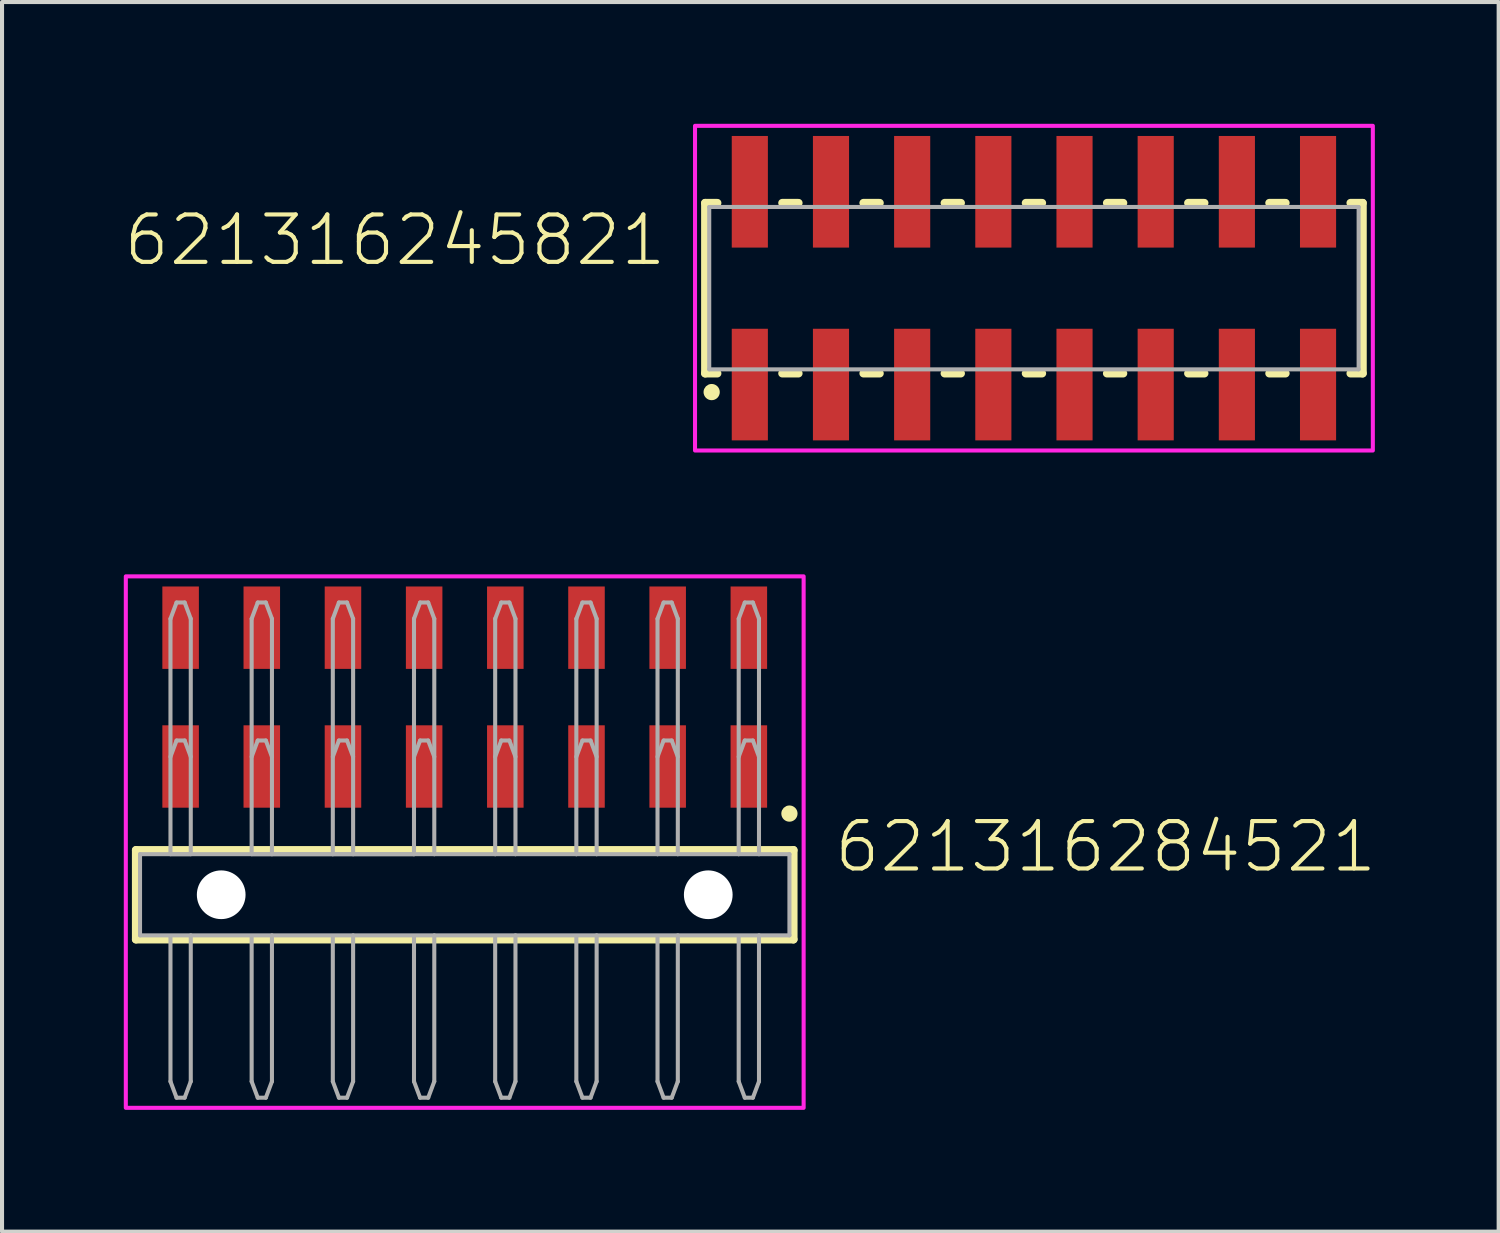
<source format=kicad_pcb>
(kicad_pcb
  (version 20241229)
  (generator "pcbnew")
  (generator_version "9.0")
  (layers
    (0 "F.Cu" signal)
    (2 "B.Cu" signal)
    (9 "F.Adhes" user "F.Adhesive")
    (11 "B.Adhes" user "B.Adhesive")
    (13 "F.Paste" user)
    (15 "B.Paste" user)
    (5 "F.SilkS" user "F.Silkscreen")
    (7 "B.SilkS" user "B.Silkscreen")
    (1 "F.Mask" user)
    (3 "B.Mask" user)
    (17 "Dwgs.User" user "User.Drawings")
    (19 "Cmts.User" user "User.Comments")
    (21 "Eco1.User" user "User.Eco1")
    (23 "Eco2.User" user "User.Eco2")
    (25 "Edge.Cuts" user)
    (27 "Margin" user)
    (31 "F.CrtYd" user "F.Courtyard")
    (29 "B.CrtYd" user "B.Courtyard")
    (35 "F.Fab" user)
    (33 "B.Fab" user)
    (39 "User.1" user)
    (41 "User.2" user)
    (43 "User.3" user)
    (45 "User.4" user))
  (footprint "621316284521"
    (layer "F.Cu")
    (at 8.4 18.995)
    (property "Reference" "621316284521" (at 9.05 -0.5 0) (unlocked yes) (layer "F.SilkS") (effects (font (size 1.168 1.168) (thickness 0.102)) (justify left bottom)))
    (fp_line (start -8.1 -1.1) (end 8.1 -1.1) (stroke (width 0.2) (type solid)) (layer "F.SilkS"))
    (fp_line (start -8.1 1.1) (end -8.1 -1.1) (stroke (width 0.2) (type solid)) (layer "F.SilkS"))
    (fp_line (start 8.1 -1.1) (end 8.1 1.1) (stroke (width 0.2) (type solid)) (layer "F.SilkS"))
    (fp_line (start 8.1 1.1) (end -8.1 1.1) (stroke (width 0.2) (type solid)) (layer "F.SilkS"))
    (fp_circle (center 8 -2) (end 8.1 -2) (stroke (width 0.2) (type solid)) (fill no) (layer "F.SilkS"))
    (fp_poly (pts (xy 8.35 5.25) (xy -8.35 5.25) (xy -8.35 -7.845) (xy 8.35 -7.845)) (stroke (width 0.1) (type default)) (fill no) (layer "F.CrtYd"))
    (fp_line (start -8 -1) (end -1.25 -1) (stroke (width 0.1) (type solid)) (layer "F.Fab"))
    (fp_line (start -8 1) (end -8 -1) (stroke (width 0.1) (type solid)) (layer "F.Fab"))
    (fp_line (start -7.25 -6.8) (end -7.1 -7.2) (stroke (width 0.1) (type solid)) (layer "F.Fab"))
    (fp_line (start -7.25 -3.4) (end -7.1 -3.8) (stroke (width 0.1) (type solid)) (layer "F.Fab"))
    (fp_line (start -7.25 -1) (end -7.25 -6.8) (stroke (width 0.1) (type solid)) (layer "F.Fab"))
    (fp_line (start -7.25 -1) (end -6.75 -1) (stroke (width 0.1) (type solid)) (layer "F.Fab"))
    (fp_line (start -7.25 1.02) (end -7.25 4.6) (stroke (width 0.1) (type solid)) (layer "F.Fab"))
    (fp_line (start -7.25 4.6) (end -7.1 5) (stroke (width 0.1) (type solid)) (layer "F.Fab"))
    (fp_line (start -7.1 -7.2) (end -6.9 -7.2) (stroke (width 0.1) (type solid)) (layer "F.Fab"))
    (fp_line (start -7.1 -3.8) (end -6.9 -3.8) (stroke (width 0.1) (type solid)) (layer "F.Fab"))
    (fp_line (start -6.9 5) (end -7.1 5) (stroke (width 0.1) (type solid)) (layer "F.Fab"))
    (fp_line (start -6.75 -6.8) (end -6.9 -7.2) (stroke (width 0.1) (type solid)) (layer "F.Fab"))
    (fp_line (start -6.75 -6.8) (end -6.75 -1) (stroke (width 0.1) (type solid)) (layer "F.Fab"))
    (fp_line (start -6.75 -3.4) (end -6.9 -3.8) (stroke (width 0.1) (type solid)) (layer "F.Fab"))
    (fp_line (start -6.75 4.6) (end -6.9 5) (stroke (width 0.1) (type solid)) (layer "F.Fab"))
    (fp_line (start -6.75 4.6) (end -6.75 1) (stroke (width 0.1) (type solid)) (layer "F.Fab"))
    (fp_line (start -5.25 -6.8) (end -5.1 -7.2) (stroke (width 0.1) (type solid)) (layer "F.Fab"))
    (fp_line (start -5.25 -3.4) (end -5.1 -3.8) (stroke (width 0.1) (type solid)) (layer "F.Fab"))
    (fp_line (start -5.25 -1) (end -5.25 -6.8) (stroke (width 0.1) (type solid)) (layer "F.Fab"))
    (fp_line (start -5.25 -1) (end -4.75 -1) (stroke (width 0.1) (type solid)) (layer "F.Fab"))
    (fp_line (start -5.25 1.02) (end -5.25 4.6) (stroke (width 0.1) (type solid)) (layer "F.Fab"))
    (fp_line (start -5.25 4.6) (end -5.1 5) (stroke (width 0.1) (type solid)) (layer "F.Fab"))
    (fp_line (start -5.1 -7.2) (end -4.9 -7.2) (stroke (width 0.1) (type solid)) (layer "F.Fab"))
    (fp_line (start -5.1 -3.8) (end -4.9 -3.8) (stroke (width 0.1) (type solid)) (layer "F.Fab"))
    (fp_line (start -4.9 5) (end -5.1 5) (stroke (width 0.1) (type solid)) (layer "F.Fab"))
    (fp_line (start -4.75 -6.8) (end -4.9 -7.2) (stroke (width 0.1) (type solid)) (layer "F.Fab"))
    (fp_line (start -4.75 -6.8) (end -4.75 -1) (stroke (width 0.1) (type solid)) (layer "F.Fab"))
    (fp_line (start -4.75 -3.4) (end -4.9 -3.8) (stroke (width 0.1) (type solid)) (layer "F.Fab"))
    (fp_line (start -4.75 -1) (end -3.25 -1) (stroke (width 0.1) (type solid)) (layer "F.Fab"))
    (fp_line (start -4.75 4.6) (end -4.9 5) (stroke (width 0.1) (type solid)) (layer "F.Fab"))
    (fp_line (start -4.75 4.6) (end -4.75 1) (stroke (width 0.1) (type solid)) (layer "F.Fab"))
    (fp_line (start -3.25 -6.8) (end -3.1 -7.2) (stroke (width 0.1) (type solid)) (layer "F.Fab"))
    (fp_line (start -3.25 -3.4) (end -3.1 -3.8) (stroke (width 0.1) (type solid)) (layer "F.Fab"))
    (fp_line (start -3.25 -1) (end -3.25 -6.8) (stroke (width 0.1) (type solid)) (layer "F.Fab"))
    (fp_line (start -3.25 -1) (end -2.75 -1) (stroke (width 0.1) (type solid)) (layer "F.Fab"))
    (fp_line (start -3.25 1.02) (end -3.25 4.6) (stroke (width 0.1) (type solid)) (layer "F.Fab"))
    (fp_line (start -3.25 4.6) (end -3.1 5) (stroke (width 0.1) (type solid)) (layer "F.Fab"))
    (fp_line (start -3.1 -7.2) (end -2.9 -7.2) (stroke (width 0.1) (type solid)) (layer "F.Fab"))
    (fp_line (start -3.1 -3.8) (end -2.9 -3.8) (stroke (width 0.1) (type solid)) (layer "F.Fab"))
    (fp_line (start -2.9 5) (end -3.1 5) (stroke (width 0.1) (type solid)) (layer "F.Fab"))
    (fp_line (start -2.75 -6.8) (end -2.9 -7.2) (stroke (width 0.1) (type solid)) (layer "F.Fab"))
    (fp_line (start -2.75 -6.8) (end -2.75 -1) (stroke (width 0.1) (type solid)) (layer "F.Fab"))
    (fp_line (start -2.75 -3.4) (end -2.9 -3.8) (stroke (width 0.1) (type solid)) (layer "F.Fab"))
    (fp_line (start -2.75 -1) (end -1.25 -1) (stroke (width 0.1) (type solid)) (layer "F.Fab"))
    (fp_line (start -2.75 4.6) (end -2.9 5) (stroke (width 0.1) (type solid)) (layer "F.Fab"))
    (fp_line (start -2.75 4.6) (end -2.75 1) (stroke (width 0.1) (type solid)) (layer "F.Fab"))
    (fp_line (start -1.25 -6.8) (end -1.1 -7.2) (stroke (width 0.1) (type solid)) (layer "F.Fab"))
    (fp_line (start -1.25 -3.4) (end -1.1 -3.8) (stroke (width 0.1) (type solid)) (layer "F.Fab"))
    (fp_line (start -1.25 -1) (end -1.25 -6.8) (stroke (width 0.1) (type solid)) (layer "F.Fab"))
    (fp_line (start -1.25 -1) (end -0.75 -1) (stroke (width 0.1) (type solid)) (layer "F.Fab"))
    (fp_line (start -1.25 1.02) (end -1.25 4.6) (stroke (width 0.1) (type solid)) (layer "F.Fab"))
    (fp_line (start -1.25 4.6) (end -1.1 5) (stroke (width 0.1) (type solid)) (layer "F.Fab"))
    (fp_line (start -1.1 -7.2) (end -0.9 -7.2) (stroke (width 0.1) (type solid)) (layer "F.Fab"))
    (fp_line (start -1.1 -3.8) (end -0.9 -3.8) (stroke (width 0.1) (type solid)) (layer "F.Fab"))
    (fp_line (start -0.9 5) (end -1.1 5) (stroke (width 0.1) (type solid)) (layer "F.Fab"))
    (fp_line (start -0.75 -6.8) (end -0.9 -7.2) (stroke (width 0.1) (type solid)) (layer "F.Fab"))
    (fp_line (start -0.75 -6.8) (end -0.75 -1) (stroke (width 0.1) (type solid)) (layer "F.Fab"))
    (fp_line (start -0.75 -3.4) (end -0.9 -3.8) (stroke (width 0.1) (type solid)) (layer "F.Fab"))
    (fp_line (start -0.75 -1) (end 0.75 -1) (stroke (width 0.1) (type solid)) (layer "F.Fab"))
    (fp_line (start -0.75 4.6) (end -0.9 5) (stroke (width 0.1) (type solid)) (layer "F.Fab"))
    (fp_line (start -0.75 4.6) (end -0.75 1) (stroke (width 0.1) (type solid)) (layer "F.Fab"))
    (fp_line (start 0.75 -6.8) (end 0.9 -7.2) (stroke (width 0.1) (type solid)) (layer "F.Fab"))
    (fp_line (start 0.75 -3.4) (end 0.9 -3.8) (stroke (width 0.1) (type solid)) (layer "F.Fab"))
    (fp_line (start 0.75 -1) (end 0.75 -6.8) (stroke (width 0.1) (type solid)) (layer "F.Fab"))
    (fp_line (start 0.75 -1) (end 1.25 -1) (stroke (width 0.1) (type solid)) (layer "F.Fab"))
    (fp_line (start 0.75 1.02) (end 0.75 4.6) (stroke (width 0.1) (type solid)) (layer "F.Fab"))
    (fp_line (start 0.75 4.6) (end 0.9 5) (stroke (width 0.1) (type solid)) (layer "F.Fab"))
    (fp_line (start 0.9 -7.2) (end 1.1 -7.2) (stroke (width 0.1) (type solid)) (layer "F.Fab"))
    (fp_line (start 0.9 -3.8) (end 1.1 -3.8) (stroke (width 0.1) (type solid)) (layer "F.Fab"))
    (fp_line (start 1.1 5) (end 0.9 5) (stroke (width 0.1) (type solid)) (layer "F.Fab"))
    (fp_line (start 1.25 -6.8) (end 1.1 -7.2) (stroke (width 0.1) (type solid)) (layer "F.Fab"))
    (fp_line (start 1.25 -6.8) (end 1.25 -1) (stroke (width 0.1) (type solid)) (layer "F.Fab"))
    (fp_line (start 1.25 -3.4) (end 1.1 -3.8) (stroke (width 0.1) (type solid)) (layer "F.Fab"))
    (fp_line (start 1.25 -1) (end 2.75 -1) (stroke (width 0.1) (type solid)) (layer "F.Fab"))
    (fp_line (start 1.25 4.6) (end 1.1 5) (stroke (width 0.1) (type solid)) (layer "F.Fab"))
    (fp_line (start 1.25 4.6) (end 1.25 1) (stroke (width 0.1) (type solid)) (layer "F.Fab"))
    (fp_line (start 2.75 -6.8) (end 2.9 -7.2) (stroke (width 0.1) (type solid)) (layer "F.Fab"))
    (fp_line (start 2.75 -3.4) (end 2.9 -3.8) (stroke (width 0.1) (type solid)) (layer "F.Fab"))
    (fp_line (start 2.75 -1) (end 2.75 -6.8) (stroke (width 0.1) (type solid)) (layer "F.Fab"))
    (fp_line (start 2.75 -1) (end 3.25 -1) (stroke (width 0.1) (type solid)) (layer "F.Fab"))
    (fp_line (start 2.75 1.02) (end 2.75 4.6) (stroke (width 0.1) (type solid)) (layer "F.Fab"))
    (fp_line (start 2.75 4.6) (end 2.9 5) (stroke (width 0.1) (type solid)) (layer "F.Fab"))
    (fp_line (start 2.9 -7.2) (end 3.1 -7.2) (stroke (width 0.1) (type solid)) (layer "F.Fab"))
    (fp_line (start 2.9 -3.8) (end 3.1 -3.8) (stroke (width 0.1) (type solid)) (layer "F.Fab"))
    (fp_line (start 3.1 5) (end 2.9 5) (stroke (width 0.1) (type solid)) (layer "F.Fab"))
    (fp_line (start 3.25 -6.8) (end 3.1 -7.2) (stroke (width 0.1) (type solid)) (layer "F.Fab"))
    (fp_line (start 3.25 -6.8) (end 3.25 -1) (stroke (width 0.1) (type solid)) (layer "F.Fab"))
    (fp_line (start 3.25 -3.4) (end 3.1 -3.8) (stroke (width 0.1) (type solid)) (layer "F.Fab"))
    (fp_line (start 3.25 -1) (end 4.75 -1) (stroke (width 0.1) (type solid)) (layer "F.Fab"))
    (fp_line (start 3.25 4.6) (end 3.1 5) (stroke (width 0.1) (type solid)) (layer "F.Fab"))
    (fp_line (start 3.25 4.6) (end 3.25 1) (stroke (width 0.1) (type solid)) (layer "F.Fab"))
    (fp_line (start 4.75 -6.8) (end 4.9 -7.2) (stroke (width 0.1) (type solid)) (layer "F.Fab"))
    (fp_line (start 4.75 -3.4) (end 4.9 -3.8) (stroke (width 0.1) (type solid)) (layer "F.Fab"))
    (fp_line (start 4.75 -1) (end 4.75 -6.8) (stroke (width 0.1) (type solid)) (layer "F.Fab"))
    (fp_line (start 4.75 -1) (end 5.25 -1) (stroke (width 0.1) (type solid)) (layer "F.Fab"))
    (fp_line (start 4.75 1.02) (end 4.75 4.6) (stroke (width 0.1) (type solid)) (layer "F.Fab"))
    (fp_line (start 4.75 4.6) (end 4.9 5) (stroke (width 0.1) (type solid)) (layer "F.Fab"))
    (fp_line (start 4.9 -7.2) (end 5.1 -7.2) (stroke (width 0.1) (type solid)) (layer "F.Fab"))
    (fp_line (start 4.9 -3.8) (end 5.1 -3.8) (stroke (width 0.1) (type solid)) (layer "F.Fab"))
    (fp_line (start 5.1 5) (end 4.9 5) (stroke (width 0.1) (type solid)) (layer "F.Fab"))
    (fp_line (start 5.25 -6.8) (end 5.1 -7.2) (stroke (width 0.1) (type solid)) (layer "F.Fab"))
    (fp_line (start 5.25 -6.8) (end 5.25 -1) (stroke (width 0.1) (type solid)) (layer "F.Fab"))
    (fp_line (start 5.25 -3.4) (end 5.1 -3.8) (stroke (width 0.1) (type solid)) (layer "F.Fab"))
    (fp_line (start 5.25 -1) (end 6.75 -1) (stroke (width 0.1) (type solid)) (layer "F.Fab"))
    (fp_line (start 5.25 4.6) (end 5.1 5) (stroke (width 0.1) (type solid)) (layer "F.Fab"))
    (fp_line (start 5.25 4.6) (end 5.25 1) (stroke (width 0.1) (type solid)) (layer "F.Fab"))
    (fp_line (start 6.75 -6.8) (end 6.9 -7.2) (stroke (width 0.1) (type solid)) (layer "F.Fab"))
    (fp_line (start 6.75 -3.4) (end 6.9 -3.8) (stroke (width 0.1) (type solid)) (layer "F.Fab"))
    (fp_line (start 6.75 -1) (end 6.75 -6.8) (stroke (width 0.1) (type solid)) (layer "F.Fab"))
    (fp_line (start 6.75 -1) (end 7.25 -1) (stroke (width 0.1) (type solid)) (layer "F.Fab"))
    (fp_line (start 6.75 1.02) (end 6.75 4.6) (stroke (width 0.1) (type solid)) (layer "F.Fab"))
    (fp_line (start 6.75 4.6) (end 6.9 5) (stroke (width 0.1) (type solid)) (layer "F.Fab"))
    (fp_line (start 6.9 -7.2) (end 7.1 -7.2) (stroke (width 0.1) (type solid)) (layer "F.Fab"))
    (fp_line (start 6.9 -3.8) (end 7.1 -3.8) (stroke (width 0.1) (type solid)) (layer "F.Fab"))
    (fp_line (start 7.1 5) (end 6.9 5) (stroke (width 0.1) (type solid)) (layer "F.Fab"))
    (fp_line (start 7.25 -6.8) (end 7.1 -7.2) (stroke (width 0.1) (type solid)) (layer "F.Fab"))
    (fp_line (start 7.25 -6.8) (end 7.25 -1) (stroke (width 0.1) (type solid)) (layer "F.Fab"))
    (fp_line (start 7.25 -3.4) (end 7.1 -3.8) (stroke (width 0.1) (type solid)) (layer "F.Fab"))
    (fp_line (start 7.25 -1) (end 8 -1) (stroke (width 0.1) (type solid)) (layer "F.Fab"))
    (fp_line (start 7.25 4.6) (end 7.1 5) (stroke (width 0.1) (type solid)) (layer "F.Fab"))
    (fp_line (start 7.25 4.6) (end 7.25 1) (stroke (width 0.1) (type solid)) (layer "F.Fab"))
    (fp_line (start 8 -1) (end 8 1) (stroke (width 0.1) (type solid)) (layer "F.Fab"))
    (fp_line (start 8 1) (end -8 1) (stroke (width 0.1) (type solid)) (layer "F.Fab"))
    (pad "" np_thru_hole circle (at -6 0) (size 1.2 1.2) (drill 1.2) (layers "*.Cu" "*.Mask"))
    (pad "" np_thru_hole circle (at 6 0) (size 1.2 1.2) (drill 1.2) (layers "*.Cu" "*.Mask"))
    (pad "1" smd rect (at 7 -3.16) (size 0.9 2.03) (layers "F.Cu" "F.Mask" "F.Paste"))
    (pad "2" smd rect (at 7 -6.58) (size 0.9 2.03) (layers "F.Cu" "F.Mask" "F.Paste"))
    (pad "3" smd rect (at 5 -3.16) (size 0.9 2.03) (layers "F.Cu" "F.Mask" "F.Paste"))
    (pad "4" smd rect (at 5 -6.58) (size 0.9 2.03) (layers "F.Cu" "F.Mask" "F.Paste"))
    (pad "5" smd rect (at 3 -3.16) (size 0.9 2.03) (layers "F.Cu" "F.Mask" "F.Paste"))
    (pad "6" smd rect (at 3 -6.58) (size 0.9 2.03) (layers "F.Cu" "F.Mask" "F.Paste"))
    (pad "7" smd rect (at 1 -3.16) (size 0.9 2.03) (layers "F.Cu" "F.Mask" "F.Paste"))
    (pad "8" smd rect (at 1 -6.58) (size 0.9 2.03) (layers "F.Cu" "F.Mask" "F.Paste"))
    (pad "9" smd rect (at -1 -3.16) (size 0.9 2.03) (layers "F.Cu" "F.Mask" "F.Paste"))
    (pad "10" smd rect (at -1 -6.58) (size 0.9 2.03) (layers "F.Cu" "F.Mask" "F.Paste"))
    (pad "11" smd rect (at -3 -3.16) (size 0.9 2.03) (layers "F.Cu" "F.Mask" "F.Paste"))
    (pad "12" smd rect (at -3 -6.58) (size 0.9 2.03) (layers "F.Cu" "F.Mask" "F.Paste"))
    (pad "13" smd rect (at -5 -3.16) (size 0.9 2.03) (layers "F.Cu" "F.Mask" "F.Paste"))
    (pad "14" smd rect (at -5 -6.58) (size 0.9 2.03) (layers "F.Cu" "F.Mask" "F.Paste"))
    (pad "15" smd rect (at -7 -3.16) (size 0.9 2.03) (layers "F.Cu" "F.Mask" "F.Paste"))
    (pad "16" smd rect (at -7 -6.58) (size 0.9 2.03) (layers "F.Cu" "F.Mask" "F.Paste")))
  (footprint "621316245821"
    (layer "F.Cu")
    (at 22.424 4.05)
    (property "Reference" "621316245821" (at -9 -0.5 0) (unlocked yes) (layer "F.SilkS") (effects (font (size 1.168 1.168) (thickness 0.102)) (justify right bottom)))
    (fp_line (start -8.1 -2.1) (end -8.1 2.1) (stroke (width 0.2) (type solid)) (layer "F.SilkS"))
    (fp_line (start -8.1 2.1) (end -7.8 2.1) (stroke (width 0.2) (type solid)) (layer "F.SilkS"))
    (fp_line (start -7.8 -2.1) (end -8.1 -2.1) (stroke (width 0.2) (type solid)) (layer "F.SilkS"))
    (fp_line (start -6.2 -2.1) (end -5.8 -2.1) (stroke (width 0.2) (type solid)) (layer "F.SilkS"))
    (fp_line (start -5.8 2.1) (end -6.2 2.1) (stroke (width 0.2) (type solid)) (layer "F.SilkS"))
    (fp_line (start -4.2 -2.1) (end -3.8 -2.1) (stroke (width 0.2) (type solid)) (layer "F.SilkS"))
    (fp_line (start -3.8 2.1) (end -4.2 2.1) (stroke (width 0.2) (type solid)) (layer "F.SilkS"))
    (fp_line (start -2.2 -2.1) (end -1.8 -2.1) (stroke (width 0.2) (type solid)) (layer "F.SilkS"))
    (fp_line (start -1.8 2.1) (end -2.2 2.1) (stroke (width 0.2) (type solid)) (layer "F.SilkS"))
    (fp_line (start -0.2 -2.1) (end 0.2 -2.1) (stroke (width 0.2) (type solid)) (layer "F.SilkS"))
    (fp_line (start 0.2 2.1) (end -0.2 2.1) (stroke (width 0.2) (type solid)) (layer "F.SilkS"))
    (fp_line (start 1.8 -2.1) (end 2.2 -2.1) (stroke (width 0.2) (type solid)) (layer "F.SilkS"))
    (fp_line (start 2.2 2.1) (end 1.8 2.1) (stroke (width 0.2) (type solid)) (layer "F.SilkS"))
    (fp_line (start 3.8 -2.1) (end 4.2 -2.1) (stroke (width 0.2) (type solid)) (layer "F.SilkS"))
    (fp_line (start 4.2 2.1) (end 3.8 2.1) (stroke (width 0.2) (type solid)) (layer "F.SilkS"))
    (fp_line (start 5.8 -2.1) (end 6.2 -2.1) (stroke (width 0.2) (type solid)) (layer "F.SilkS"))
    (fp_line (start 6.2 2.1) (end 5.8 2.1) (stroke (width 0.2) (type solid)) (layer "F.SilkS"))
    (fp_line (start 7.8 -2.1) (end 8.1 -2.1) (stroke (width 0.2) (type solid)) (layer "F.SilkS"))
    (fp_line (start 8.1 -2.1) (end 8.1 2.1) (stroke (width 0.2) (type solid)) (layer "F.SilkS"))
    (fp_line (start 8.1 2.1) (end 7.8 2.1) (stroke (width 0.2) (type solid)) (layer "F.SilkS"))
    (fp_circle (center -7.94 2.56) (end -7.84 2.56) (stroke (width 0.2) (type solid)) (fill no) (layer "F.SilkS"))
    (fp_poly (pts (xy 8.35 4) (xy -8.35 4) (xy -8.35 -4) (xy 8.35 -4)) (stroke (width 0.1) (type default)) (fill no) (layer "F.CrtYd"))
    (fp_line (start -8 -2) (end 8 -2) (stroke (width 0.1) (type solid)) (layer "F.Fab"))
    (fp_line (start -8 2) (end -8 -2) (stroke (width 0.1) (type solid)) (layer "F.Fab"))
    (fp_line (start 8 -2) (end 8 2) (stroke (width 0.1) (type solid)) (layer "F.Fab"))
    (fp_line (start 8 2) (end -8 2) (stroke (width 0.1) (type solid)) (layer "F.Fab"))
    (pad "1" smd rect (at -7 2.375) (size 0.89 2.75) (layers "F.Cu" "F.Mask" "F.Paste"))
    (pad "2" smd rect (at -7 -2.375) (size 0.89 2.75) (layers "F.Cu" "F.Mask" "F.Paste"))
    (pad "3" smd rect (at -5 2.375) (size 0.89 2.75) (layers "F.Cu" "F.Mask" "F.Paste"))
    (pad "4" smd rect (at -5 -2.375) (size 0.89 2.75) (layers "F.Cu" "F.Mask" "F.Paste"))
    (pad "5" smd rect (at -3 2.375) (size 0.89 2.75) (layers "F.Cu" "F.Mask" "F.Paste"))
    (pad "6" smd rect (at -3 -2.375) (size 0.89 2.75) (layers "F.Cu" "F.Mask" "F.Paste"))
    (pad "7" smd rect (at -1 2.375) (size 0.89 2.75) (layers "F.Cu" "F.Mask" "F.Paste"))
    (pad "8" smd rect (at -1 -2.375) (size 0.89 2.75) (layers "F.Cu" "F.Mask" "F.Paste"))
    (pad "9" smd rect (at 1 2.375) (size 0.89 2.75) (layers "F.Cu" "F.Mask" "F.Paste"))
    (pad "10" smd rect (at 1 -2.375) (size 0.89 2.75) (layers "F.Cu" "F.Mask" "F.Paste"))
    (pad "11" smd rect (at 3 2.375) (size 0.89 2.75) (layers "F.Cu" "F.Mask" "F.Paste"))
    (pad "12" smd rect (at 3 -2.375) (size 0.89 2.75) (layers "F.Cu" "F.Mask" "F.Paste"))
    (pad "13" smd rect (at 5 2.375) (size 0.89 2.75) (layers "F.Cu" "F.Mask" "F.Paste"))
    (pad "14" smd rect (at 5 -2.375) (size 0.89 2.75) (layers "F.Cu" "F.Mask" "F.Paste"))
    (pad "15" smd rect (at 7 2.375) (size 0.89 2.75) (layers "F.Cu" "F.Mask" "F.Paste"))
    (pad "16" smd rect (at 7 -2.375) (size 0.89 2.75) (layers "F.Cu" "F.Mask" "F.Paste")))
  (gr_rect
    (start -3 -3)
    (end 33.874 27.295)
    (stroke (width 0.1) (type default))
    (fill no)
    (layer "Edge.Cuts")))
</source>
